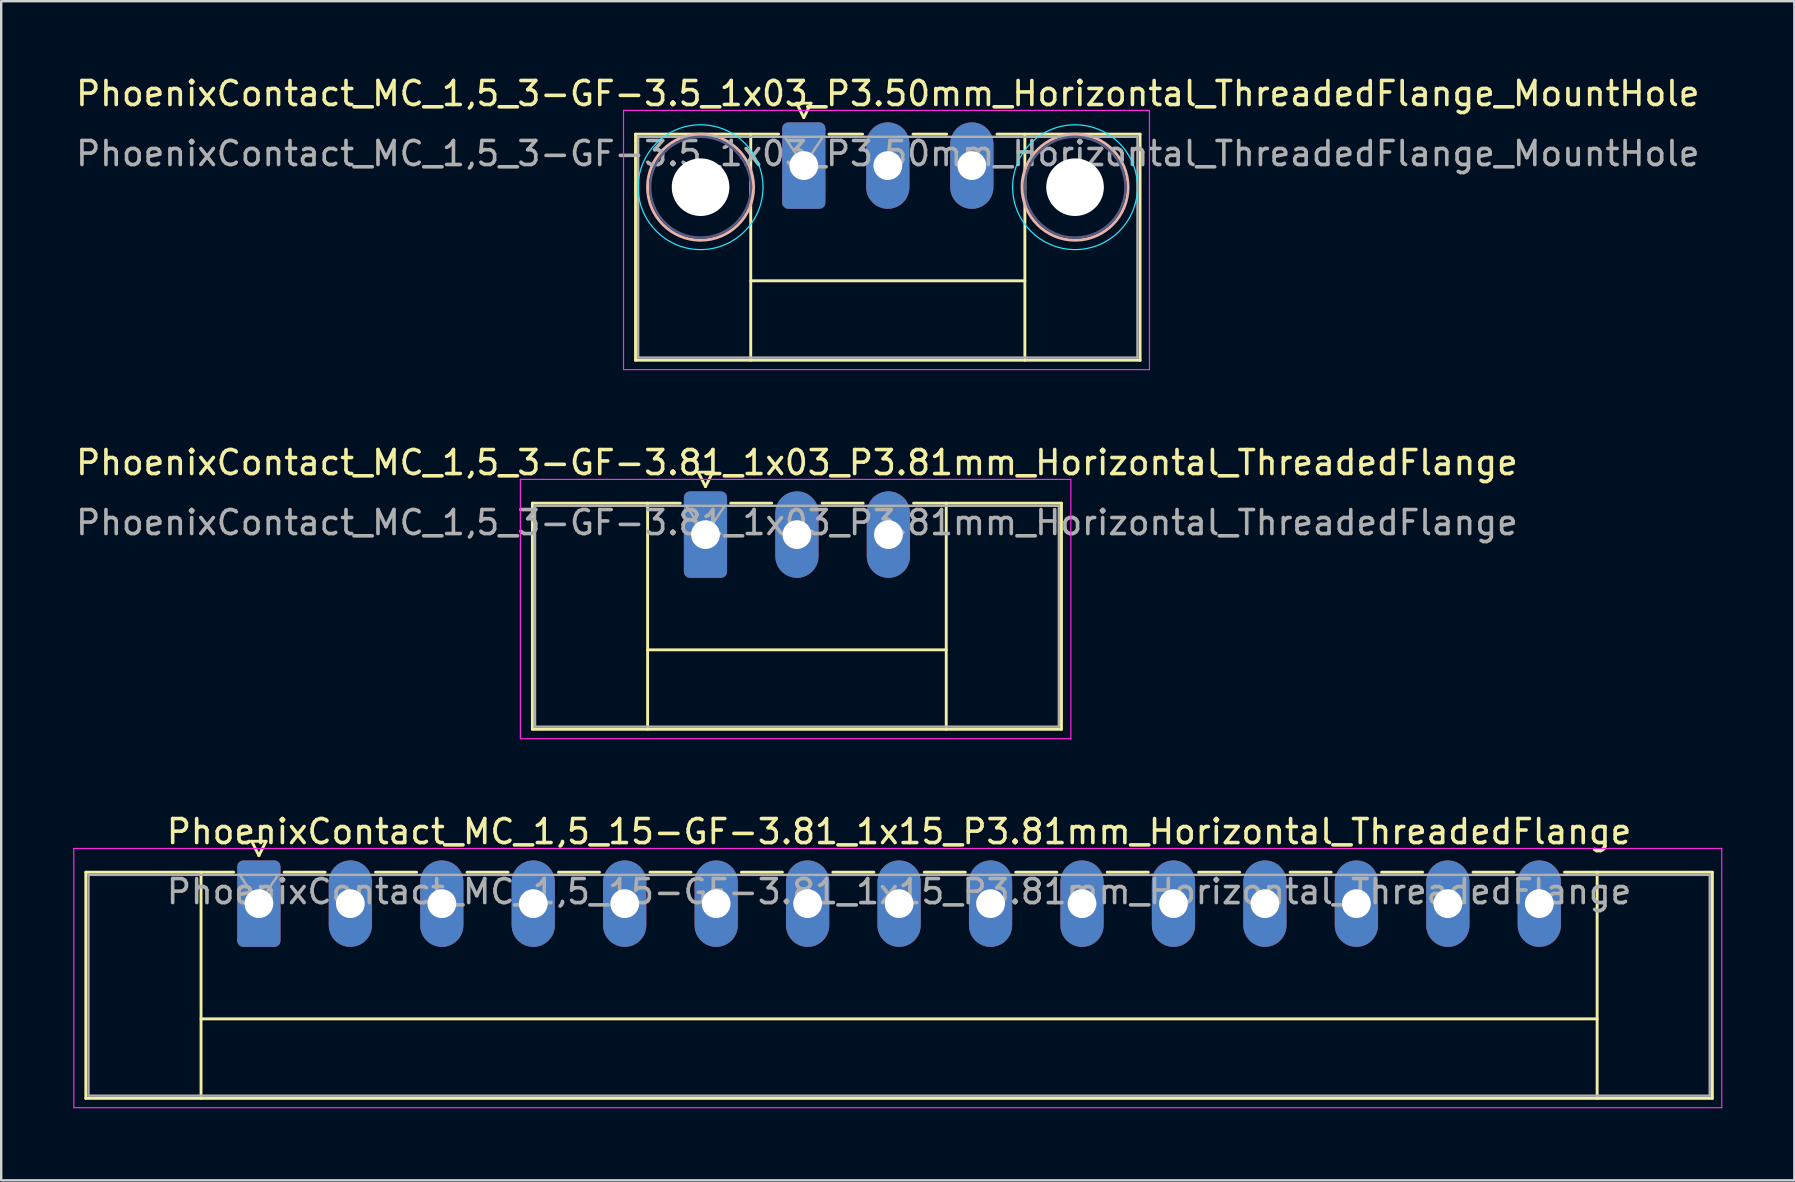
<source format=kicad_pcb>
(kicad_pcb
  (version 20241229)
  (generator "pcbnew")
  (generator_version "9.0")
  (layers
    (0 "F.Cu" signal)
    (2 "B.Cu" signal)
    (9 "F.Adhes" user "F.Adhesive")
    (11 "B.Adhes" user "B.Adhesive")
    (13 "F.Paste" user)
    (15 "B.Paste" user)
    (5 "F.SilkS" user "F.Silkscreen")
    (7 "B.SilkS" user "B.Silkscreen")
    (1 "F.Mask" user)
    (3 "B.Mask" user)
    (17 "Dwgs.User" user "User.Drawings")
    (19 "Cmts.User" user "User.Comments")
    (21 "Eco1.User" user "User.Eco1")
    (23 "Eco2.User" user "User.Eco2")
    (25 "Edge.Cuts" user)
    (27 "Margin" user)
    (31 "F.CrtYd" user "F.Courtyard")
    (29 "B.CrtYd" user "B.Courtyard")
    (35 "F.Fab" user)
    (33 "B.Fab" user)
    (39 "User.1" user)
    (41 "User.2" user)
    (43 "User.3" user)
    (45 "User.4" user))
  (footprint "PhoenixContact_MC_1,5_3-GF-3.81_1x03_P3.81mm_Horizontal_ThreadedFlange"
    (layer "F.Cu")
    (at 26.339 19.221)
    (property "Reference" "PhoenixContact_MC_1,5_3-GF-3.81_1x03_P3.81mm_Horizontal_ThreadedFlange" (at 3.81 -3 0) (layer "F.SilkS") (effects (font (size 1 1) (thickness 0.15))))
    (attr through_hole)
    (fp_line (start -7.21 -1.31) (end -7.21 8.11) (stroke (width 0.12) (type solid)) (layer "F.SilkS"))
    (fp_line (start -7.21 -1.31) (end -1.05 -1.31) (stroke (width 0.12) (type solid)) (layer "F.SilkS"))
    (fp_line (start -7.21 8.11) (end 14.83 8.11) (stroke (width 0.12) (type solid)) (layer "F.SilkS"))
    (fp_line (start -2.41 -1.31) (end -2.41 8.11) (stroke (width 0.12) (type solid)) (layer "F.SilkS"))
    (fp_line (start -2.41 4.8) (end 10.03 4.8) (stroke (width 0.12) (type solid)) (layer "F.SilkS"))
    (fp_line (start -0.3 -2.6) (end 0.3 -2.6) (stroke (width 0.12) (type solid)) (layer "F.SilkS"))
    (fp_line (start 0 -2) (end -0.3 -2.6) (stroke (width 0.12) (type solid)) (layer "F.SilkS"))
    (fp_line (start 0.3 -2.6) (end 0 -2) (stroke (width 0.12) (type solid)) (layer "F.SilkS"))
    (fp_line (start 1.05 -1.31) (end 2.76 -1.31) (stroke (width 0.12) (type solid)) (layer "F.SilkS"))
    (fp_line (start 4.86 -1.31) (end 6.57 -1.31) (stroke (width 0.12) (type solid)) (layer "F.SilkS"))
    (fp_line (start 10.03 -1.31) (end 10.03 8.11) (stroke (width 0.12) (type solid)) (layer "F.SilkS"))
    (fp_line (start 14.83 -1.31) (end 8.67 -1.31) (stroke (width 0.12) (type solid)) (layer "F.SilkS"))
    (fp_line (start 14.83 8.11) (end 14.83 -1.31) (stroke (width 0.12) (type solid)) (layer "F.SilkS"))
    (fp_line (start -7.71 -2.3) (end -7.71 8.5) (stroke (width 0.05) (type solid)) (layer "F.CrtYd"))
    (fp_line (start -7.71 8.5) (end 15.22 8.5) (stroke (width 0.05) (type solid)) (layer "F.CrtYd"))
    (fp_line (start 15.22 -2.3) (end -7.71 -2.3) (stroke (width 0.05) (type solid)) (layer "F.CrtYd"))
    (fp_line (start 15.22 8.5) (end 15.22 -2.3) (stroke (width 0.05) (type solid)) (layer "F.CrtYd"))
    (fp_line (start -7.1 -1.2) (end -7.1 8) (stroke (width 0.1) (type solid)) (layer "F.Fab"))
    (fp_line (start -7.1 8) (end 14.72 8) (stroke (width 0.1) (type solid)) (layer "F.Fab"))
    (fp_line (start 0 0) (end -0.8 -1.2) (stroke (width 0.1) (type solid)) (layer "F.Fab"))
    (fp_line (start 0.8 -1.2) (end 0 0) (stroke (width 0.1) (type solid)) (layer "F.Fab"))
    (fp_line (start 14.72 -1.2) (end -7.1 -1.2) (stroke (width 0.1) (type solid)) (layer "F.Fab"))
    (fp_line (start 14.72 8) (end 14.72 -1.2) (stroke (width 0.1) (type solid)) (layer "F.Fab"))
    (fp_text user "${REFERENCE}" (at 3.81 -0.5 0) (layer "F.Fab") (effects (font (size 1 1) (thickness 0.15))))
    (pad "1" thru_hole roundrect (at 0 0) (size 1.8 3.6) (drill 1.2) (layers "*.Cu" "*.Mask") (roundrect_rratio 0.139))
    (pad "2" thru_hole oval (at 3.81 0) (size 1.8 3.6) (drill 1.2) (layers "*.Cu" "*.Mask"))
    (pad "3" thru_hole oval (at 7.62 0) (size 1.8 3.6) (drill 1.2) (layers "*.Cu" "*.Mask")))
  (footprint "PhoenixContact_MC_1,5_3-GF-3.5_1x03_P3.50mm_Horizontal_ThreadedFlange_MountHole"
    (layer "F.Cu")
    (at 30.435 3.848)
    (property "Reference" "PhoenixContact_MC_1,5_3-GF-3.5_1x03_P3.50mm_Horizontal_ThreadedFlange_MountHole" (at 3.5 -3 0) (layer "F.SilkS") (effects (font (size 1 1) (thickness 0.15))))
    (attr through_hole)
    (fp_line (start -7.01 -1.31) (end -7.01 8.11) (stroke (width 0.12) (type solid)) (layer "F.SilkS"))
    (fp_line (start -7.01 -1.31) (end -1.05 -1.31) (stroke (width 0.12) (type solid)) (layer "F.SilkS"))
    (fp_line (start -7.01 8.11) (end 14.01 8.11) (stroke (width 0.12) (type solid)) (layer "F.SilkS"))
    (fp_line (start -2.21 -1.31) (end -2.21 8.11) (stroke (width 0.12) (type solid)) (layer "F.SilkS"))
    (fp_line (start -2.21 4.8) (end 9.21 4.8) (stroke (width 0.12) (type solid)) (layer "F.SilkS"))
    (fp_line (start -0.3 -2.6) (end 0.3 -2.6) (stroke (width 0.12) (type solid)) (layer "F.SilkS"))
    (fp_line (start 0 -2) (end -0.3 -2.6) (stroke (width 0.12) (type solid)) (layer "F.SilkS"))
    (fp_line (start 0.3 -2.6) (end 0 -2) (stroke (width 0.12) (type solid)) (layer "F.SilkS"))
    (fp_line (start 1.05 -1.31) (end 2.45 -1.31) (stroke (width 0.12) (type solid)) (layer "F.SilkS"))
    (fp_line (start 4.55 -1.31) (end 5.95 -1.31) (stroke (width 0.12) (type solid)) (layer "F.SilkS"))
    (fp_line (start 9.21 -1.31) (end 9.21 8.11) (stroke (width 0.12) (type solid)) (layer "F.SilkS"))
    (fp_line (start 14.01 -1.31) (end 8.05 -1.31) (stroke (width 0.12) (type solid)) (layer "F.SilkS"))
    (fp_line (start 14.01 8.11) (end 14.01 -1.31) (stroke (width 0.12) (type solid)) (layer "F.SilkS"))
    (fp_circle (center -4.3 0.9) (end -2.09 0.9) (stroke (width 0.12) (type solid)) (fill no) (layer "B.SilkS"))
    (fp_circle (center 11.3 0.9) (end 13.51 0.9) (stroke (width 0.12) (type solid)) (fill no) (layer "B.SilkS"))
    (fp_circle (center -4.3 0.9) (end -1.7 0.9) (stroke (width 0.05) (type solid)) (fill no) (layer "B.CrtYd"))
    (fp_circle (center 11.3 0.9) (end 13.9 0.9) (stroke (width 0.05) (type solid)) (fill no) (layer "B.CrtYd"))
    (fp_line (start -7.51 -2.3) (end -7.51 8.5) (stroke (width 0.05) (type solid)) (layer "F.CrtYd"))
    (fp_line (start -7.51 8.5) (end 14.4 8.5) (stroke (width 0.05) (type solid)) (layer "F.CrtYd"))
    (fp_line (start 14.4 -2.3) (end -7.51 -2.3) (stroke (width 0.05) (type solid)) (layer "F.CrtYd"))
    (fp_line (start 14.4 8.5) (end 14.4 -2.3) (stroke (width 0.05) (type solid)) (layer "F.CrtYd"))
    (fp_circle (center -4.3 0.9) (end -2.2 0.9) (stroke (width 0.1) (type solid)) (fill no) (layer "B.Fab"))
    (fp_circle (center 11.3 0.9) (end 13.4 0.9) (stroke (width 0.1) (type solid)) (fill no) (layer "B.Fab"))
    (fp_line (start -6.9 -1.2) (end -6.9 8) (stroke (width 0.1) (type solid)) (layer "F.Fab"))
    (fp_line (start -6.9 8) (end 13.9 8) (stroke (width 0.1) (type solid)) (layer "F.Fab"))
    (fp_line (start 0 0) (end -0.8 -1.2) (stroke (width 0.1) (type solid)) (layer "F.Fab"))
    (fp_line (start 0.8 -1.2) (end 0 0) (stroke (width 0.1) (type solid)) (layer "F.Fab"))
    (fp_line (start 13.9 -1.2) (end -6.9 -1.2) (stroke (width 0.1) (type solid)) (layer "F.Fab"))
    (fp_line (start 13.9 8) (end 13.9 -1.2) (stroke (width 0.1) (type solid)) (layer "F.Fab"))
    (fp_text user "${REFERENCE}" (at 3.5 -0.5 0) (layer "F.Fab") (effects (font (size 1 1) (thickness 0.15))))
    (pad "" np_thru_hole circle (at -4.3 0.9) (size 2.4 2.4) (drill 2.4) (layers "*.Cu" "*.Mask"))
    (pad "" np_thru_hole circle (at 11.3 0.9) (size 2.4 2.4) (drill 2.4) (layers "*.Cu" "*.Mask"))
    (pad "1" thru_hole roundrect (at 0 0) (size 1.8 3.6) (drill 1.2) (layers "*.Cu" "*.Mask") (roundrect_rratio 0.139))
    (pad "2" thru_hole oval (at 3.5 0) (size 1.8 3.6) (drill 1.2) (layers "*.Cu" "*.Mask"))
    (pad "3" thru_hole oval (at 7 0) (size 1.8 3.6) (drill 1.2) (layers "*.Cu" "*.Mask")))
  (footprint "PhoenixContact_MC_1,5_15-GF-3.81_1x15_P3.81mm_Horizontal_ThreadedFlange"
    (layer "F.Cu")
    (at 7.735 34.595)
    (property "Reference" "PhoenixContact_MC_1,5_15-GF-3.81_1x15_P3.81mm_Horizontal_ThreadedFlange" (at 26.67 -3 0) (layer "F.SilkS") (effects (font (size 1 1) (thickness 0.15))))
    (attr through_hole)
    (fp_line (start -7.21 -1.31) (end -7.21 8.11) (stroke (width 0.12) (type solid)) (layer "F.SilkS"))
    (fp_line (start -7.21 -1.31) (end -1.05 -1.31) (stroke (width 0.12) (type solid)) (layer "F.SilkS"))
    (fp_line (start -7.21 8.11) (end 60.55 8.11) (stroke (width 0.12) (type solid)) (layer "F.SilkS"))
    (fp_line (start -2.41 -1.31) (end -2.41 8.11) (stroke (width 0.12) (type solid)) (layer "F.SilkS"))
    (fp_line (start -2.41 4.8) (end 55.75 4.8) (stroke (width 0.12) (type solid)) (layer "F.SilkS"))
    (fp_line (start -0.3 -2.6) (end 0.3 -2.6) (stroke (width 0.12) (type solid)) (layer "F.SilkS"))
    (fp_line (start 0 -2) (end -0.3 -2.6) (stroke (width 0.12) (type solid)) (layer "F.SilkS"))
    (fp_line (start 0.3 -2.6) (end 0 -2) (stroke (width 0.12) (type solid)) (layer "F.SilkS"))
    (fp_line (start 1.05 -1.31) (end 2.76 -1.31) (stroke (width 0.12) (type solid)) (layer "F.SilkS"))
    (fp_line (start 4.86 -1.31) (end 6.57 -1.31) (stroke (width 0.12) (type solid)) (layer "F.SilkS"))
    (fp_line (start 8.67 -1.31) (end 10.38 -1.31) (stroke (width 0.12) (type solid)) (layer "F.SilkS"))
    (fp_line (start 12.48 -1.31) (end 14.19 -1.31) (stroke (width 0.12) (type solid)) (layer "F.SilkS"))
    (fp_line (start 16.29 -1.31) (end 18 -1.31) (stroke (width 0.12) (type solid)) (layer "F.SilkS"))
    (fp_line (start 20.1 -1.31) (end 21.81 -1.31) (stroke (width 0.12) (type solid)) (layer "F.SilkS"))
    (fp_line (start 23.91 -1.31) (end 25.62 -1.31) (stroke (width 0.12) (type solid)) (layer "F.SilkS"))
    (fp_line (start 27.72 -1.31) (end 29.43 -1.31) (stroke (width 0.12) (type solid)) (layer "F.SilkS"))
    (fp_line (start 31.53 -1.31) (end 33.24 -1.31) (stroke (width 0.12) (type solid)) (layer "F.SilkS"))
    (fp_line (start 35.34 -1.31) (end 37.05 -1.31) (stroke (width 0.12) (type solid)) (layer "F.SilkS"))
    (fp_line (start 39.15 -1.31) (end 40.86 -1.31) (stroke (width 0.12) (type solid)) (layer "F.SilkS"))
    (fp_line (start 42.96 -1.31) (end 44.67 -1.31) (stroke (width 0.12) (type solid)) (layer "F.SilkS"))
    (fp_line (start 46.77 -1.31) (end 48.48 -1.31) (stroke (width 0.12) (type solid)) (layer "F.SilkS"))
    (fp_line (start 50.58 -1.31) (end 52.29 -1.31) (stroke (width 0.12) (type solid)) (layer "F.SilkS"))
    (fp_line (start 55.75 -1.31) (end 55.75 8.11) (stroke (width 0.12) (type solid)) (layer "F.SilkS"))
    (fp_line (start 60.55 -1.31) (end 54.39 -1.31) (stroke (width 0.12) (type solid)) (layer "F.SilkS"))
    (fp_line (start 60.55 8.11) (end 60.55 -1.31) (stroke (width 0.12) (type solid)) (layer "F.SilkS"))
    (fp_line (start -7.71 -2.3) (end -7.71 8.5) (stroke (width 0.05) (type solid)) (layer "F.CrtYd"))
    (fp_line (start -7.71 8.5) (end 60.94 8.5) (stroke (width 0.05) (type solid)) (layer "F.CrtYd"))
    (fp_line (start 60.94 -2.3) (end -7.71 -2.3) (stroke (width 0.05) (type solid)) (layer "F.CrtYd"))
    (fp_line (start 60.94 8.5) (end 60.94 -2.3) (stroke (width 0.05) (type solid)) (layer "F.CrtYd"))
    (fp_line (start -7.1 -1.2) (end -7.1 8) (stroke (width 0.1) (type solid)) (layer "F.Fab"))
    (fp_line (start -7.1 8) (end 60.44 8) (stroke (width 0.1) (type solid)) (layer "F.Fab"))
    (fp_line (start 0 0) (end -0.8 -1.2) (stroke (width 0.1) (type solid)) (layer "F.Fab"))
    (fp_line (start 0.8 -1.2) (end 0 0) (stroke (width 0.1) (type solid)) (layer "F.Fab"))
    (fp_line (start 60.44 -1.2) (end -7.1 -1.2) (stroke (width 0.1) (type solid)) (layer "F.Fab"))
    (fp_line (start 60.44 8) (end 60.44 -1.2) (stroke (width 0.1) (type solid)) (layer "F.Fab"))
    (fp_text user "${REFERENCE}" (at 26.67 -0.5 0) (layer "F.Fab") (effects (font (size 1 1) (thickness 0.15))))
    (pad "1" thru_hole roundrect (at 0 0) (size 1.8 3.6) (drill 1.2) (layers "*.Cu" "*.Mask") (roundrect_rratio 0.139))
    (pad "2" thru_hole oval (at 3.81 0) (size 1.8 3.6) (drill 1.2) (layers "*.Cu" "*.Mask"))
    (pad "3" thru_hole oval (at 7.62 0) (size 1.8 3.6) (drill 1.2) (layers "*.Cu" "*.Mask"))
    (pad "4" thru_hole oval (at 11.43 0) (size 1.8 3.6) (drill 1.2) (layers "*.Cu" "*.Mask"))
    (pad "5" thru_hole oval (at 15.24 0) (size 1.8 3.6) (drill 1.2) (layers "*.Cu" "*.Mask"))
    (pad "6" thru_hole oval (at 19.05 0) (size 1.8 3.6) (drill 1.2) (layers "*.Cu" "*.Mask"))
    (pad "7" thru_hole oval (at 22.86 0) (size 1.8 3.6) (drill 1.2) (layers "*.Cu" "*.Mask"))
    (pad "8" thru_hole oval (at 26.67 0) (size 1.8 3.6) (drill 1.2) (layers "*.Cu" "*.Mask"))
    (pad "9" thru_hole oval (at 30.48 0) (size 1.8 3.6) (drill 1.2) (layers "*.Cu" "*.Mask"))
    (pad "10" thru_hole oval (at 34.29 0) (size 1.8 3.6) (drill 1.2) (layers "*.Cu" "*.Mask"))
    (pad "11" thru_hole oval (at 38.1 0) (size 1.8 3.6) (drill 1.2) (layers "*.Cu" "*.Mask"))
    (pad "12" thru_hole oval (at 41.91 0) (size 1.8 3.6) (drill 1.2) (layers "*.Cu" "*.Mask"))
    (pad "13" thru_hole oval (at 45.72 0) (size 1.8 3.6) (drill 1.2) (layers "*.Cu" "*.Mask"))
    (pad "14" thru_hole oval (at 49.53 0) (size 1.8 3.6) (drill 1.2) (layers "*.Cu" "*.Mask"))
    (pad "15" thru_hole oval (at 53.34 0) (size 1.8 3.6) (drill 1.2) (layers "*.Cu" "*.Mask")))
  (gr_rect
    (start -3 -3)
    (end 71.7 46.12)
    (stroke (width 0.1) (type default))
    (fill no)
    (layer "Edge.Cuts")))
</source>
